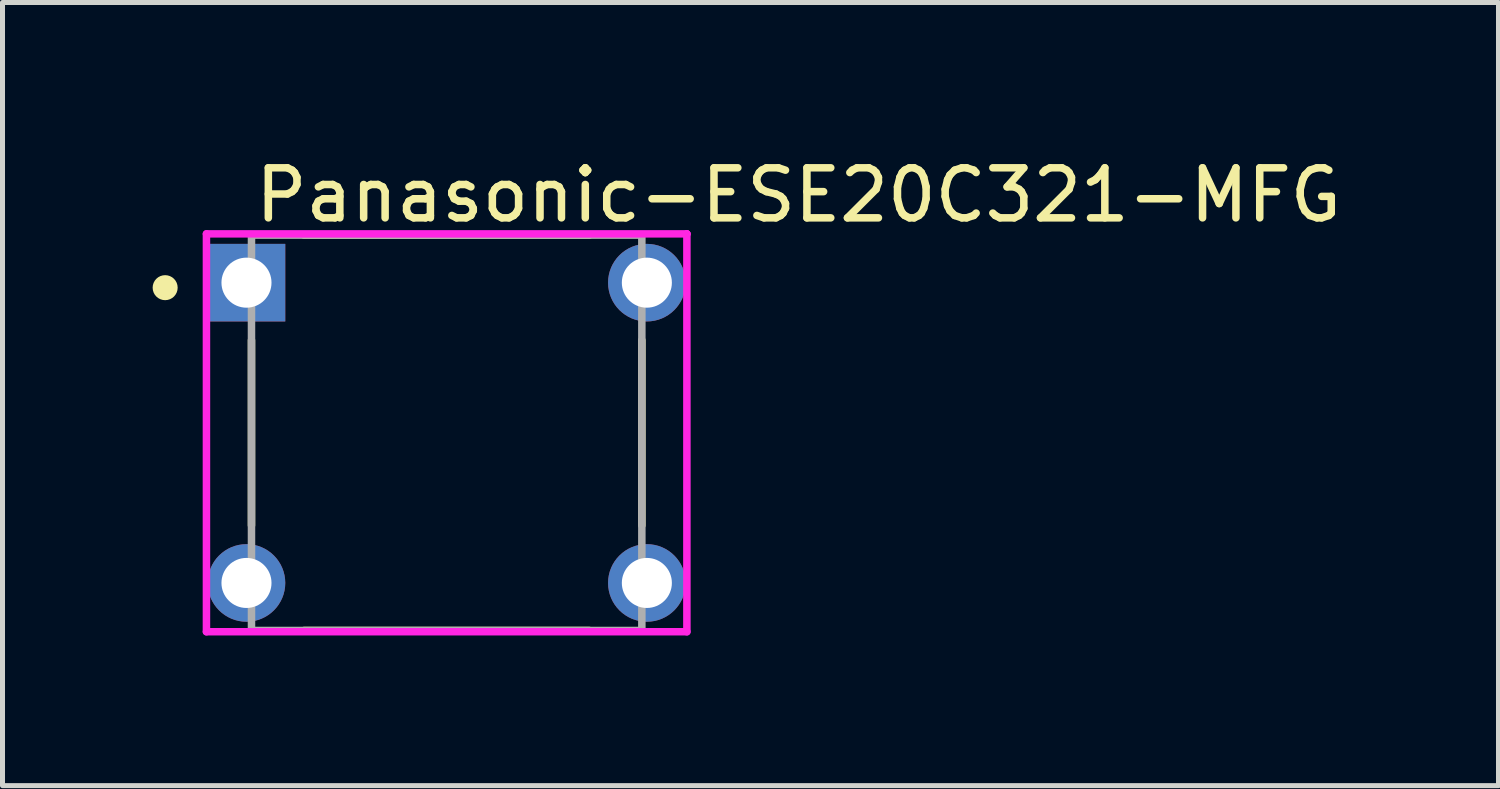
<source format=kicad_pcb>
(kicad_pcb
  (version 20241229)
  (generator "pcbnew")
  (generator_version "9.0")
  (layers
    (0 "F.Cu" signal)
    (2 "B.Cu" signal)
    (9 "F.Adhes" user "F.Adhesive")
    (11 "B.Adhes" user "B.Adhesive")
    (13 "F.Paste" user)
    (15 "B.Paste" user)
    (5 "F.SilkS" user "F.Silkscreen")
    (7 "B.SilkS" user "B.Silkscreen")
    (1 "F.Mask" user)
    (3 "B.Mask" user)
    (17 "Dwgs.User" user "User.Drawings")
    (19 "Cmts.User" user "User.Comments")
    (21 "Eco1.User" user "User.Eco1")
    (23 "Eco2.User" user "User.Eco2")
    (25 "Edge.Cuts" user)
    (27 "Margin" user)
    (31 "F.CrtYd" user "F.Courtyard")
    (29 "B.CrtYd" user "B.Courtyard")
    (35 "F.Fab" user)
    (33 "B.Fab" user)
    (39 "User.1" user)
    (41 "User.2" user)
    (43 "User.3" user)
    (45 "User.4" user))
  (footprint "Panasonic-ESE20C321-MFG"
    (layer "F.Cu")
    (at 5.875 5.598)
    (property "Reference" "Panasonic-ESE20C321-MFG" (at -3.9 -4.75 0) (layer "F.SilkS") (effects (font (size 1 1) (thickness 0.15)) (justify left)))
    (attr through_hole)
    (fp_line (start -3.9 1.85) (end -3.9 -1.85) (stroke (width 0.15) (type solid)) (layer "F.SilkS"))
    (fp_line (start -2.85 -3.95) (end 2.85 -3.95) (stroke (width 0.15) (type solid)) (layer "F.SilkS"))
    (fp_line (start -2.85 3.95) (end 2.85 3.95) (stroke (width 0.15) (type solid)) (layer "F.SilkS"))
    (fp_line (start 3.9 1.85) (end 3.9 -1.85) (stroke (width 0.15) (type solid)) (layer "F.SilkS"))
    (fp_circle (center -5.625 -2.9) (end -5.5 -2.9) (stroke (width 0.25) (type solid)) (fill no) (layer "F.SilkS"))
    (fp_line (start -4.8 -3.975) (end -4.8 3.975) (stroke (width 0.15) (type solid)) (layer "F.CrtYd"))
    (fp_line (start -4.8 3.975) (end 4.8 3.975) (stroke (width 0.15) (type solid)) (layer "F.CrtYd"))
    (fp_line (start 4.8 -3.975) (end -4.8 -3.975) (stroke (width 0.15) (type solid)) (layer "F.CrtYd"))
    (fp_line (start 4.8 -3.975) (end 4.8 -3.975) (stroke (width 0.15) (type solid)) (layer "F.CrtYd"))
    (fp_line (start 4.8 3.975) (end 4.8 -3.975) (stroke (width 0.15) (type solid)) (layer "F.CrtYd"))
    (fp_line (start -3.9 -3.95) (end 3.9 -3.95) (stroke (width 0.15) (type solid)) (layer "F.Fab"))
    (fp_line (start -3.9 3.95) (end -3.9 -3.95) (stroke (width 0.15) (type solid)) (layer "F.Fab"))
    (fp_line (start 3.9 -3.95) (end 3.9 3.95) (stroke (width 0.15) (type solid)) (layer "F.Fab"))
    (fp_line (start 3.9 3.95) (end -3.9 3.95) (stroke (width 0.15) (type solid)) (layer "F.Fab"))
    (pad "A" thru_hole rect (at -4 -3) (size 1.55 1.55) (drill 1) (layers "*.Cu"))
    (pad "B" thru_hole circle (at -4 3) (size 1.55 1.55) (drill 1) (layers "*.Cu"))
    (pad "C" thru_hole circle (at 4 -3) (size 1.55 1.55) (drill 1) (layers "*.Cu"))
    (pad "D" thru_hole circle (at 4 3) (size 1.55 1.55) (drill 1) (layers "*.Cu")))
  (gr_rect
    (start -3 -3)
    (end 26.892 12.648)
    (stroke (width 0.1) (type default))
    (fill no)
    (layer "Edge.Cuts")))
</source>
